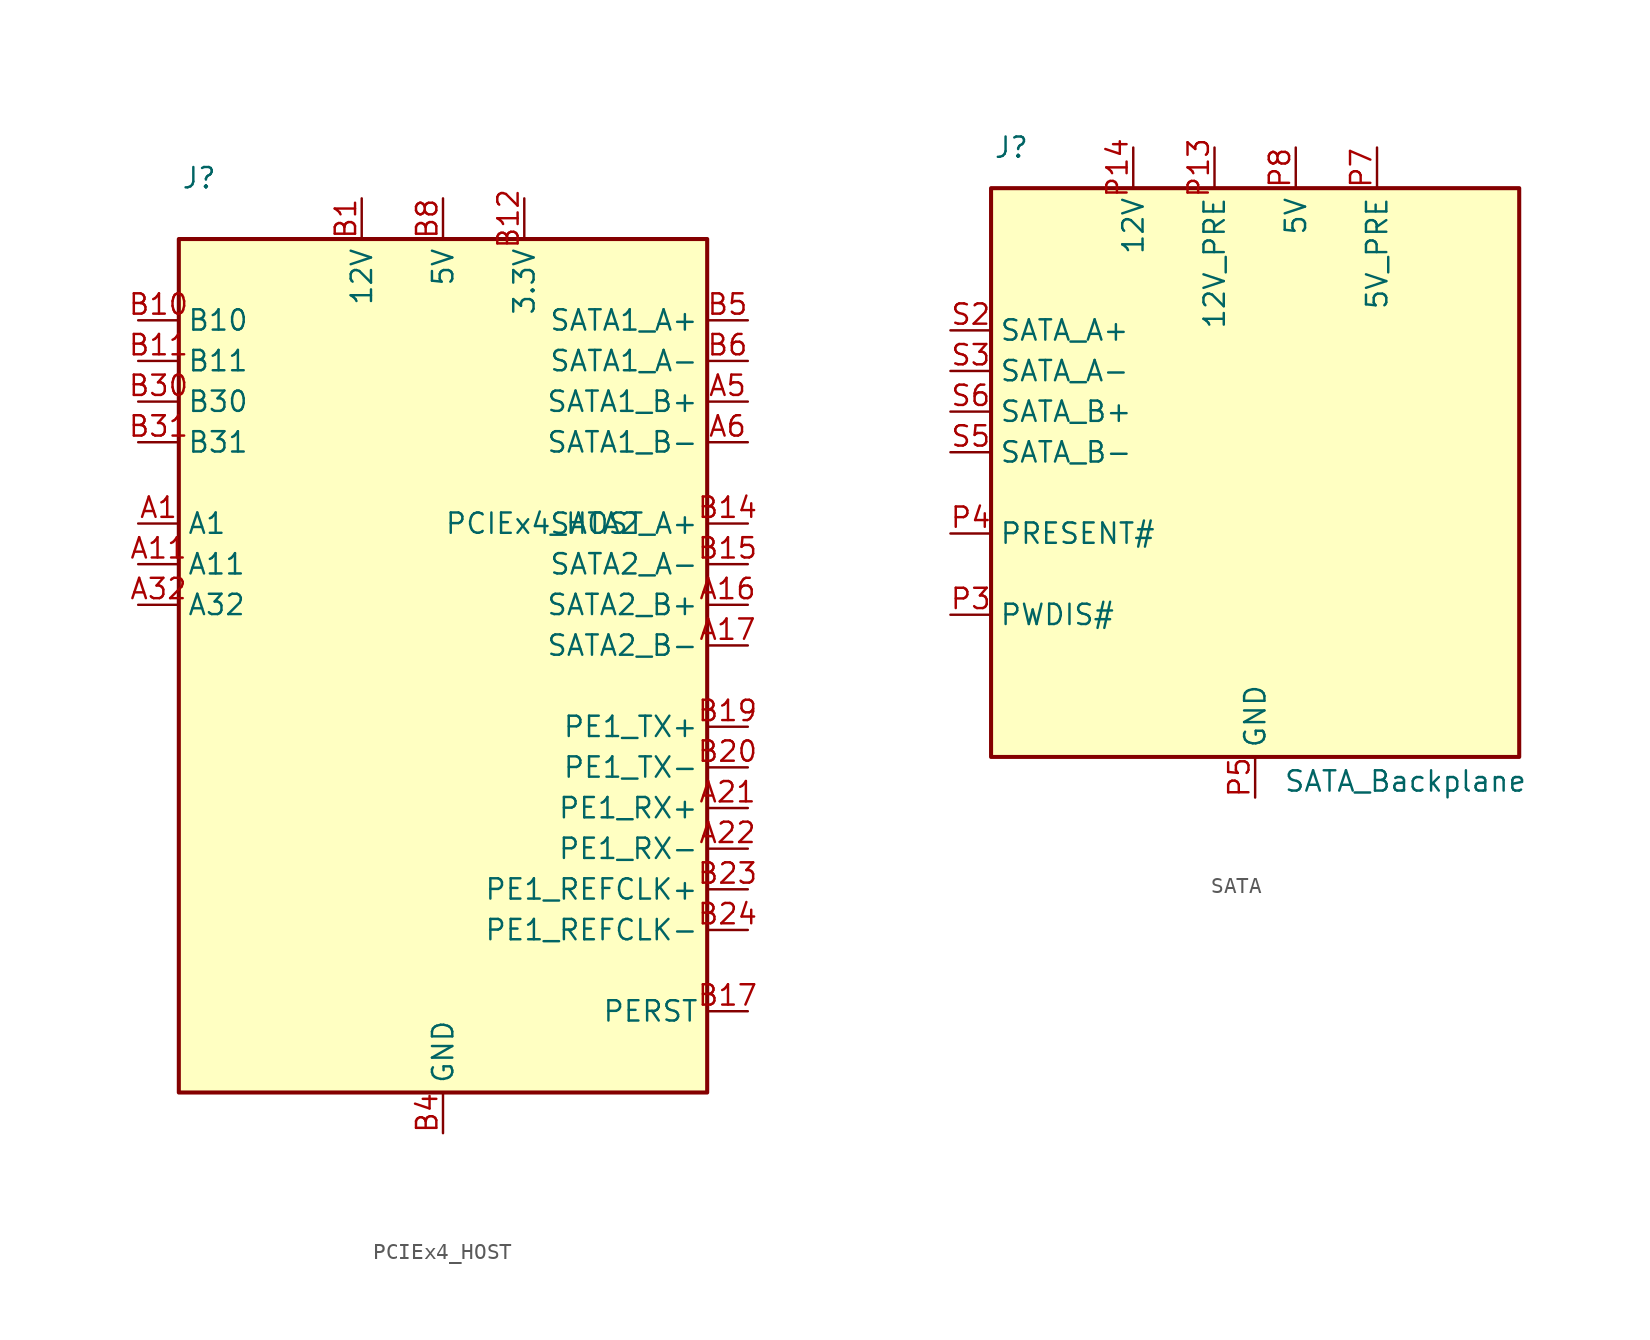
<source format=kicad_sym>
(kicad_symbol_lib
  (version 20220914)
  (generator kicad_symbol_editor)
  (symbol "PCIEx4_HOST"
    (property "Reference" "J"
      (at -15.24 21.59 0)
      (effects (font (size 1.27 1.27))))
    (property "Value" "PCIEx4_HOST"
      (at 6.35 0 0)
      (effects (font (size 1.27 1.27))))
    (symbol "PCIEx4_HOST_0_1"
      (rectangle (start -16.51 17.78) (end 16.51 -35.56) (stroke (width 0.254) (type default)) (fill (type background))))
    (symbol "PCIEx4_HOST_1_1"
      (pin input line (at -19.05 0 0) (length 2.54) (name "A1" (effects (font (size 1.27 1.27)))) (number "A1" (effects (font (size 1.27 1.27)))))
      (pin input line (at 0 20.32 270) (length 2.54) hide (name "5V" (effects (font (size 1.27 1.27)))) (number "A10" (effects (font (size 1.27 1.27)))))
      (pin input line (at -19.05 -2.54 0) (length 2.54) (name "A11" (effects (font (size 1.27 1.27)))) (number "A11" (effects (font (size 1.27 1.27)))))
      (pin input line (at 0 -38.1 90) (length 2.54) hide (name "GND" (effects (font (size 1.27 1.27)))) (number "A12" (effects (font (size 1.27 1.27)))))
      (pin input line (at 5.08 20.32 270) (length 2.54) hide (name "3.3V" (effects (font (size 1.27 1.27)))) (number "A13" (effects (font (size 1.27 1.27)))))
      (pin input line (at 5.08 20.32 270) (length 2.54) hide (name "3.3V" (effects (font (size 1.27 1.27)))) (number "A14" (effects (font (size 1.27 1.27)))))
      (pin input line (at 0 -38.1 90) (length 2.54) hide (name "GND" (effects (font (size 1.27 1.27)))) (number "A15" (effects (font (size 1.27 1.27)))))
      (pin input line (at 19.05 -5.08 180) (length 2.54) (name "SATA2_B+" (effects (font (size 1.27 1.27)))) (number "A16" (effects (font (size 1.27 1.27)))))
      (pin input line (at 19.05 -7.62 180) (length 2.54) (name "SATA2_B-" (effects (font (size 1.27 1.27)))) (number "A17" (effects (font (size 1.27 1.27)))))
      (pin input line (at 0 -38.1 90) (length 2.54) hide (name "GND" (effects (font (size 1.27 1.27)))) (number "A18" (effects (font (size 1.27 1.27)))))
      (pin input line (at -5.08 20.32 270) (length 2.54) hide (name "12V" (effects (font (size 1.27 1.27)))) (number "A2" (effects (font (size 1.27 1.27)))))
      (pin input line (at 0 -38.1 90) (length 2.54) hide (name "GND" (effects (font (size 1.27 1.27)))) (number "A20" (effects (font (size 1.27 1.27)))))
      (pin input line (at 19.05 -17.78 180) (length 2.54) (name "PE1_RX+" (effects (font (size 1.27 1.27)))) (number "A21" (effects (font (size 1.27 1.27)))))
      (pin input line (at 19.05 -20.32 180) (length 2.54) (name "PE1_RX-" (effects (font (size 1.27 1.27)))) (number "A22" (effects (font (size 1.27 1.27)))))
      (pin input line (at 0 -38.1 90) (length 2.54) hide (name "GND" (effects (font (size 1.27 1.27)))) (number "A23" (effects (font (size 1.27 1.27)))))
      (pin input line (at 0 -38.1 90) (length 2.54) hide (name "GND" (effects (font (size 1.27 1.27)))) (number "A24" (effects (font (size 1.27 1.27)))))
      (pin input line (at 0 -38.1 90) (length 2.54) hide (name "GND" (effects (font (size 1.27 1.27)))) (number "A27" (effects (font (size 1.27 1.27)))))
      (pin input line (at 0 -38.1 90) (length 2.54) hide (name "GND" (effects (font (size 1.27 1.27)))) (number "A28" (effects (font (size 1.27 1.27)))))
      (pin input line (at -5.08 20.32 270) (length 2.54) hide (name "12V" (effects (font (size 1.27 1.27)))) (number "A3" (effects (font (size 1.27 1.27)))))
      (pin input line (at 0 -38.1 90) (length 2.54) hide (name "GND" (effects (font (size 1.27 1.27)))) (number "A31" (effects (font (size 1.27 1.27)))))
      (pin input line (at -19.05 -5.08 0) (length 2.54) (name "A32" (effects (font (size 1.27 1.27)))) (number "A32" (effects (font (size 1.27 1.27)))))
      (pin input line (at 0 -38.1 90) (length 2.54) hide (name "GND" (effects (font (size 1.27 1.27)))) (number "A4" (effects (font (size 1.27 1.27)))))
      (pin input line (at 19.05 7.62 180) (length 2.54) (name "SATA1_B+" (effects (font (size 1.27 1.27)))) (number "A5" (effects (font (size 1.27 1.27)))))
      (pin input line (at 19.05 5.08 180) (length 2.54) (name "SATA1_B-" (effects (font (size 1.27 1.27)))) (number "A6" (effects (font (size 1.27 1.27)))))
      (pin input line (at 0 20.32 270) (length 2.54) hide (name "5V" (effects (font (size 1.27 1.27)))) (number "A8" (effects (font (size 1.27 1.27)))))
      (pin input line (at 0 20.32 270) (length 2.54) hide (name "5V" (effects (font (size 1.27 1.27)))) (number "A9" (effects (font (size 1.27 1.27)))))
      (pin input line (at -5.08 20.32 270) (length 2.54) (name "12V" (effects (font (size 1.27 1.27)))) (number "B1" (effects (font (size 1.27 1.27)))))
      (pin input line (at -19.05 12.7 0) (length 2.54) (name "B10" (effects (font (size 1.27 1.27)))) (number "B10" (effects (font (size 1.27 1.27)))))
      (pin input line (at -19.05 10.16 0) (length 2.54) (name "B11" (effects (font (size 1.27 1.27)))) (number "B11" (effects (font (size 1.27 1.27)))))
      (pin input line (at 5.08 20.32 270) (length 2.54) (name "3.3V" (effects (font (size 1.27 1.27)))) (number "B12" (effects (font (size 1.27 1.27)))))
      (pin input line (at 0 -38.1 90) (length 2.54) hide (name "GND" (effects (font (size 1.27 1.27)))) (number "B13" (effects (font (size 1.27 1.27)))))
      (pin input line (at 19.05 0 180) (length 2.54) (name "SATA2_A+" (effects (font (size 1.27 1.27)))) (number "B14" (effects (font (size 1.27 1.27)))))
      (pin input line (at 19.05 -2.54 180) (length 2.54) (name "SATA2_A-" (effects (font (size 1.27 1.27)))) (number "B15" (effects (font (size 1.27 1.27)))))
      (pin input line (at 0 -38.1 90) (length 2.54) hide (name "GND" (effects (font (size 1.27 1.27)))) (number "B16" (effects (font (size 1.27 1.27)))))
      (pin input line (at 19.05 -30.48 180) (length 2.54) (name "PERST" (effects (font (size 1.27 1.27)))) (number "B17" (effects (font (size 1.27 1.27)))))
      (pin input line (at 0 -38.1 90) (length 2.54) hide (name "GND" (effects (font (size 1.27 1.27)))) (number "B18" (effects (font (size 1.27 1.27)))))
      (pin input line (at 19.05 -12.7 180) (length 2.54) (name "PE1_TX+" (effects (font (size 1.27 1.27)))) (number "B19" (effects (font (size 1.27 1.27)))))
      (pin input line (at -5.08 20.32 270) (length 2.54) hide (name "12V" (effects (font (size 1.27 1.27)))) (number "B2" (effects (font (size 1.27 1.27)))))
      (pin input line (at 19.05 -15.24 180) (length 2.54) (name "PE1_TX-" (effects (font (size 1.27 1.27)))) (number "B20" (effects (font (size 1.27 1.27)))))
      (pin input line (at 0 -38.1 90) (length 2.54) hide (name "GND" (effects (font (size 1.27 1.27)))) (number "B21" (effects (font (size 1.27 1.27)))))
      (pin input line (at 0 -38.1 90) (length 2.54) hide (name "GND" (effects (font (size 1.27 1.27)))) (number "B22" (effects (font (size 1.27 1.27)))))
      (pin input line (at 19.05 -22.86 180) (length 2.54) (name "PE1_REFCLK+" (effects (font (size 1.27 1.27)))) (number "B23" (effects (font (size 1.27 1.27)))))
      (pin input line (at 19.05 -25.4 180) (length 2.54) (name "PE1_REFCLK-" (effects (font (size 1.27 1.27)))) (number "B24" (effects (font (size 1.27 1.27)))))
      (pin input line (at 0 -38.1 90) (length 2.54) hide (name "GND" (effects (font (size 1.27 1.27)))) (number "B25" (effects (font (size 1.27 1.27)))))
      (pin input line (at 0 -38.1 90) (length 2.54) hide (name "GND" (effects (font (size 1.27 1.27)))) (number "B26" (effects (font (size 1.27 1.27)))))
      (pin input line (at 0 -38.1 90) (length 2.54) hide (name "GND" (effects (font (size 1.27 1.27)))) (number "B29" (effects (font (size 1.27 1.27)))))
      (pin input line (at -5.08 20.32 270) (length 2.54) hide (name "12V" (effects (font (size 1.27 1.27)))) (number "B3" (effects (font (size 1.27 1.27)))))
      (pin input line (at -19.05 7.62 0) (length 2.54) (name "B30" (effects (font (size 1.27 1.27)))) (number "B30" (effects (font (size 1.27 1.27)))))
      (pin input line (at -19.05 5.08 0) (length 2.54) (name "B31" (effects (font (size 1.27 1.27)))) (number "B31" (effects (font (size 1.27 1.27)))))
      (pin input line (at 0 -38.1 90) (length 2.54) hide (name "GND" (effects (font (size 1.27 1.27)))) (number "B32" (effects (font (size 1.27 1.27)))))
      (pin input line (at 0 -38.1 90) (length 2.54) (name "GND" (effects (font (size 1.27 1.27)))) (number "B4" (effects (font (size 1.27 1.27)))))
      (pin input line (at 19.05 12.7 180) (length 2.54) (name "SATA1_A+" (effects (font (size 1.27 1.27)))) (number "B5" (effects (font (size 1.27 1.27)))))
      (pin input line (at 19.05 10.16 180) (length 2.54) (name "SATA1_A-" (effects (font (size 1.27 1.27)))) (number "B6" (effects (font (size 1.27 1.27)))))
      (pin input line (at 0 -38.1 90) (length 2.54) hide (name "GND" (effects (font (size 1.27 1.27)))) (number "B7" (effects (font (size 1.27 1.27)))))
      (pin input line (at 0 20.32 270) (length 2.54) (name "5V" (effects (font (size 1.27 1.27)))) (number "B8" (effects (font (size 1.27 1.27)))))
      (pin input line (at 0 20.32 270) (length 2.54) hide (name "5V" (effects (font (size 1.27 1.27)))) (number "B9" (effects (font (size 1.27 1.27)))))))
  (symbol "SATA"
    (property "Reference" "J"
      (at -15.24 20.32 0)
      (effects (font (size 1.27 1.27))))
    (property "Value" "SATA_Backplane"
      (at 9.398 -19.304 0)
      (effects (font (size 1.27 1.27))))
    (symbol "SATA_0_1"
      (rectangle (start -16.51 17.78) (end 16.51 -17.78) (stroke (width 0.254) (type default)) (fill (type background))))
    (symbol "SATA_1_1"
      (pin input line (at 0 -20.32 90) (length 2.54) hide (name "GND" (effects (font (size 1.27 1.27)))) (number "P10" (effects (font (size 1.27 1.27)))))
      (pin input line (at 0 -20.32 90) (length 2.54) hide (name "GND" (effects (font (size 1.27 1.27)))) (number "P12" (effects (font (size 1.27 1.27)))))
      (pin input line (at -2.54 20.32 270) (length 2.54) (name "12V_PRE" (effects (font (size 1.27 1.27)))) (number "P13" (effects (font (size 1.27 1.27)))))
      (pin input line (at -7.62 20.32 270) (length 2.54) (name "12V" (effects (font (size 1.27 1.27)))) (number "P14" (effects (font (size 1.27 1.27)))))
      (pin input line (at -7.62 20.32 270) (length 2.54) hide (name "12V" (effects (font (size 1.27 1.27)))) (number "P15" (effects (font (size 1.27 1.27)))))
      (pin input line (at -19.05 -8.89 0) (length 2.54) (name "PWDIS#" (effects (font (size 1.27 1.27)))) (number "P3" (effects (font (size 1.27 1.27)))))
      (pin input line (at -19.05 -3.81 0) (length 2.54) (name "PRESENT#" (effects (font (size 1.27 1.27)))) (number "P4" (effects (font (size 1.27 1.27)))))
      (pin input line (at 0 -20.32 90) (length 2.54) (name "GND" (effects (font (size 1.27 1.27)))) (number "P5" (effects (font (size 1.27 1.27)))))
      (pin input line (at 0 -20.32 90) (length 2.54) hide (name "GND" (effects (font (size 1.27 1.27)))) (number "P6" (effects (font (size 1.27 1.27)))))
      (pin input line (at 7.62 20.32 270) (length 2.54) (name "5V_PRE" (effects (font (size 1.27 1.27)))) (number "P7" (effects (font (size 1.27 1.27)))))
      (pin input line (at 2.54 20.32 270) (length 2.54) (name "5V" (effects (font (size 1.27 1.27)))) (number "P8" (effects (font (size 1.27 1.27)))))
      (pin input line (at 2.54 20.32 270) (length 2.54) hide (name "5V" (effects (font (size 1.27 1.27)))) (number "P9" (effects (font (size 1.27 1.27)))))
      (pin input line (at 0 -20.32 90) (length 2.54) hide (name "GND" (effects (font (size 1.27 1.27)))) (number "S1" (effects (font (size 1.27 1.27)))))
      (pin input line (at -19.05 8.89 0) (length 2.54) (name "SATA_A+" (effects (font (size 1.27 1.27)))) (number "S2" (effects (font (size 1.27 1.27)))))
      (pin input line (at -19.05 6.35 0) (length 2.54) (name "SATA_A-" (effects (font (size 1.27 1.27)))) (number "S3" (effects (font (size 1.27 1.27)))))
      (pin input line (at 0 -20.32 90) (length 2.54) hide (name "GND" (effects (font (size 1.27 1.27)))) (number "S4" (effects (font (size 1.27 1.27)))))
      (pin input line (at -19.05 1.27 0) (length 2.54) (name "SATA_B-" (effects (font (size 1.27 1.27)))) (number "S5" (effects (font (size 1.27 1.27)))))
      (pin input line (at -19.05 3.81 0) (length 2.54) (name "SATA_B+" (effects (font (size 1.27 1.27)))) (number "S6" (effects (font (size 1.27 1.27)))))
      (pin input line (at 0 -20.32 90) (length 2.54) hide (name "GND" (effects (font (size 1.27 1.27)))) (number "S7" (effects (font (size 1.27 1.27))))))))
</source>
